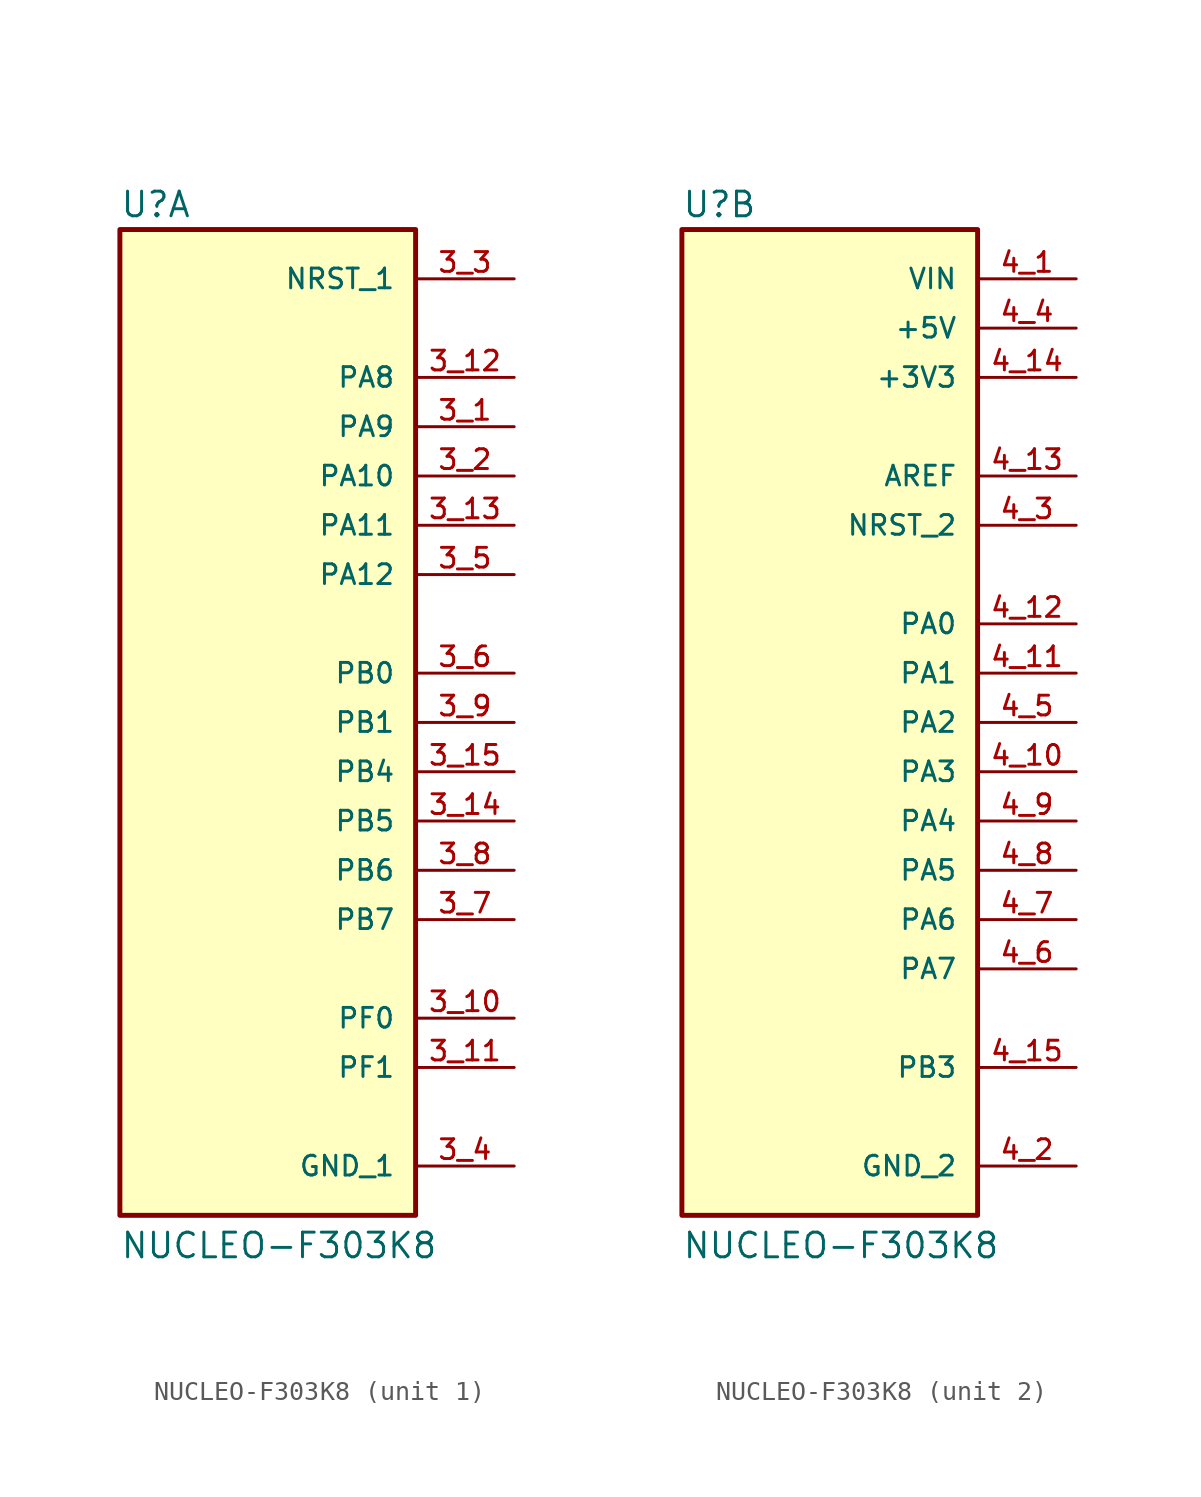
<source format=kicad_sym>
(kicad_symbol_lib
  (version 20211014)
  (generator kicad_symbol_editor)
  (symbol "NUCLEO-F303K8"
    (pin_names
      (offset 1.016))
    (property "Reference" "U"
      (at -7.629 25.946 0)
      (effects (font (size 1.27 1.27)) (justify bottom left)))
    (property "Value" "NUCLEO-F303K8"
      (at -7.623 -27.701 0)
      (effects (font (size 1.27 1.27)) (justify bottom left)))
    (symbol "NUCLEO-F303K8_1_0"
      (rectangle (start -7.62 -25.4) (end 7.62 25.4) (stroke (width 0.254)) (fill (type background)))
      (pin bidirectional line (at 12.7 15.24 180.0) (length 5.08) (name "PA9" (effects (font (size 1.016 1.016)))) (number "3_1" (effects (font (size 1.016 1.016)))))
      (pin bidirectional line (at 12.7 12.7 180.0) (length 5.08) (name "PA10" (effects (font (size 1.016 1.016)))) (number "3_2" (effects (font (size 1.016 1.016)))))
      (pin bidirectional line (at 12.7 22.86 180.0) (length 5.08) (name "NRST_1" (effects (font (size 1.016 1.016)))) (number "3_3" (effects (font (size 1.016 1.016)))))
      (pin bidirectional line (at 12.7 7.62 180.0) (length 5.08) (name "PA12" (effects (font (size 1.016 1.016)))) (number "3_5" (effects (font (size 1.016 1.016)))))
      (pin bidirectional line (at 12.7 2.54 180.0) (length 5.08) (name "PB0" (effects (font (size 1.016 1.016)))) (number "3_6" (effects (font (size 1.016 1.016)))))
      (pin bidirectional line (at 12.7 -10.16 180.0) (length 5.08) (name "PB7" (effects (font (size 1.016 1.016)))) (number "3_7" (effects (font (size 1.016 1.016)))))
      (pin bidirectional line (at 12.7 -7.62 180.0) (length 5.08) (name "PB6" (effects (font (size 1.016 1.016)))) (number "3_8" (effects (font (size 1.016 1.016)))))
      (pin bidirectional line (at 12.7 0.0 180.0) (length 5.08) (name "PB1" (effects (font (size 1.016 1.016)))) (number "3_9" (effects (font (size 1.016 1.016)))))
      (pin bidirectional line (at 12.7 -15.24 180.0) (length 5.08) (name "PF0" (effects (font (size 1.016 1.016)))) (number "3_10" (effects (font (size 1.016 1.016)))))
      (pin bidirectional line (at 12.7 -17.78 180.0) (length 5.08) (name "PF1" (effects (font (size 1.016 1.016)))) (number "3_11" (effects (font (size 1.016 1.016)))))
      (pin bidirectional line (at 12.7 17.78 180.0) (length 5.08) (name "PA8" (effects (font (size 1.016 1.016)))) (number "3_12" (effects (font (size 1.016 1.016)))))
      (pin bidirectional line (at 12.7 10.16 180.0) (length 5.08) (name "PA11" (effects (font (size 1.016 1.016)))) (number "3_13" (effects (font (size 1.016 1.016)))))
      (pin bidirectional line (at 12.7 -5.08 180.0) (length 5.08) (name "PB5" (effects (font (size 1.016 1.016)))) (number "3_14" (effects (font (size 1.016 1.016)))))
      (pin bidirectional line (at 12.7 -2.54 180.0) (length 5.08) (name "PB4" (effects (font (size 1.016 1.016)))) (number "3_15" (effects (font (size 1.016 1.016)))))
      (pin power_in line (at 12.7 -22.86 180.0) (length 5.08) (name "GND_1" (effects (font (size 1.016 1.016)))) (number "3_4" (effects (font (size 1.016 1.016))))))
    (symbol "NUCLEO-F303K8_2_0"
      (rectangle (start -7.62 -25.4) (end 7.62 25.4) (stroke (width 0.254)) (fill (type background)))
      (pin bidirectional line (at 12.7 0.0 180.0) (length 5.08) (name "PA2" (effects (font (size 1.016 1.016)))) (number "4_5" (effects (font (size 1.016 1.016)))))
      (pin bidirectional line (at 12.7 -12.7 180.0) (length 5.08) (name "PA7" (effects (font (size 1.016 1.016)))) (number "4_6" (effects (font (size 1.016 1.016)))))
      (pin bidirectional line (at 12.7 -10.16 180.0) (length 5.08) (name "PA6" (effects (font (size 1.016 1.016)))) (number "4_7" (effects (font (size 1.016 1.016)))))
      (pin bidirectional line (at 12.7 -5.08 180.0) (length 5.08) (name "PA4" (effects (font (size 1.016 1.016)))) (number "4_9" (effects (font (size 1.016 1.016)))))
      (pin bidirectional line (at 12.7 -7.62 180.0) (length 5.08) (name "PA5" (effects (font (size 1.016 1.016)))) (number "4_8" (effects (font (size 1.016 1.016)))))
      (pin bidirectional line (at 12.7 2.54 180.0) (length 5.08) (name "PA1" (effects (font (size 1.016 1.016)))) (number "4_11" (effects (font (size 1.016 1.016)))))
      (pin bidirectional line (at 12.7 -2.54 180.0) (length 5.08) (name "PA3" (effects (font (size 1.016 1.016)))) (number "4_10" (effects (font (size 1.016 1.016)))))
      (pin bidirectional line (at 12.7 5.08 180.0) (length 5.08) (name "PA0" (effects (font (size 1.016 1.016)))) (number "4_12" (effects (font (size 1.016 1.016)))))
      (pin bidirectional line (at 12.7 -17.78 180.0) (length 5.08) (name "PB3" (effects (font (size 1.016 1.016)))) (number "4_15" (effects (font (size 1.016 1.016)))))
      (pin bidirectional line (at 12.7 10.16 180.0) (length 5.08) (name "NRST_2" (effects (font (size 1.016 1.016)))) (number "4_3" (effects (font (size 1.016 1.016)))))
      (pin power_in line (at 12.7 22.86 180.0) (length 5.08) (name "VIN" (effects (font (size 1.016 1.016)))) (number "4_1" (effects (font (size 1.016 1.016)))))
      (pin power_in line (at 12.7 20.32 180.0) (length 5.08) (name "+5V" (effects (font (size 1.016 1.016)))) (number "4_4" (effects (font (size 1.016 1.016)))))
      (pin power_in line (at 12.7 -22.86 180.0) (length 5.08) (name "GND_2" (effects (font (size 1.016 1.016)))) (number "4_2" (effects (font (size 1.016 1.016)))))
      (pin bidirectional line (at 12.7 12.7 180.0) (length 5.08) (name "AREF" (effects (font (size 1.016 1.016)))) (number "4_13" (effects (font (size 1.016 1.016)))))
      (pin power_in line (at 12.7 17.78 180.0) (length 5.08) (name "+3V3" (effects (font (size 1.016 1.016)))) (number "4_14" (effects (font (size 1.016 1.016))))))))
</source>
